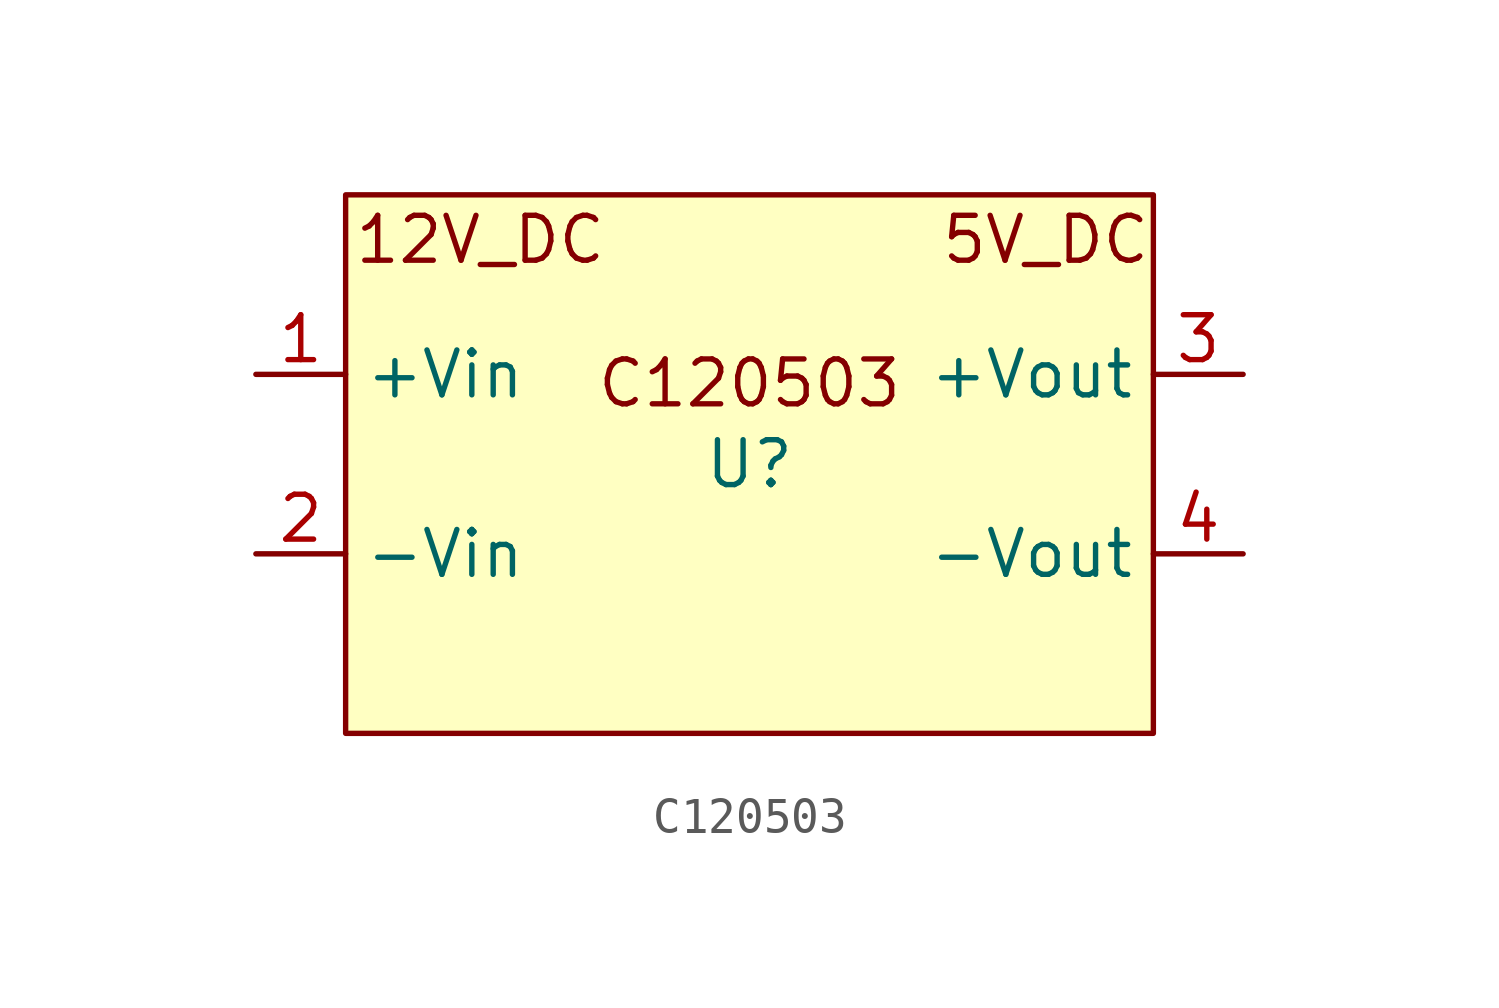
<source format=kicad_sym>
(kicad_symbol_lib
  (version 20231120)
  (generator "kicad_symbol_editor")
  (generator_version "8.0")
  (symbol "C120503"
    (property "Reference" "U"
      (at 0 0 0)
      (effects (font (size 1.27 1.27))))
    (property "Value" ""
      (at -3.81 0 0)
      (effects (font (size 1.27 1.27))))
    (symbol "C120503_0_1"
      (rectangle (start -11.43 7.62) (end 11.43 -7.62) (stroke (width 0) (type default)) (fill (type background))))
    (symbol "C120503_1_1"
      (text "12V_DC" (at -7.62 6.35 0) (effects (font (size 1.27 1.27))))
      (text "5V_DC" (at 8.382 6.35 0) (effects (font (size 1.27 1.27))))
      (text "C120503" (at 0 2.286 0) (effects (font (size 1.27 1.27))))
      (pin power_in line (at -13.97 2.54 0) (length 2.54) (name "+Vin" (effects (font (size 1.27 1.27)))) (number "1" (effects (font (size 1.27 1.27)))))
      (pin power_in line (at -13.97 -2.54 0) (length 2.54) (name "-Vin" (effects (font (size 1.27 1.27)))) (number "2" (effects (font (size 1.27 1.27)))))
      (pin power_out line (at 13.97 2.54 180) (length 2.54) (name "+Vout" (effects (font (size 1.27 1.27)))) (number "3" (effects (font (size 1.27 1.27)))))
      (pin power_out line (at 13.97 -2.54 180) (length 2.54) (name "-Vout" (effects (font (size 1.27 1.27)))) (number "4" (effects (font (size 1.27 1.27))))))))
</source>
